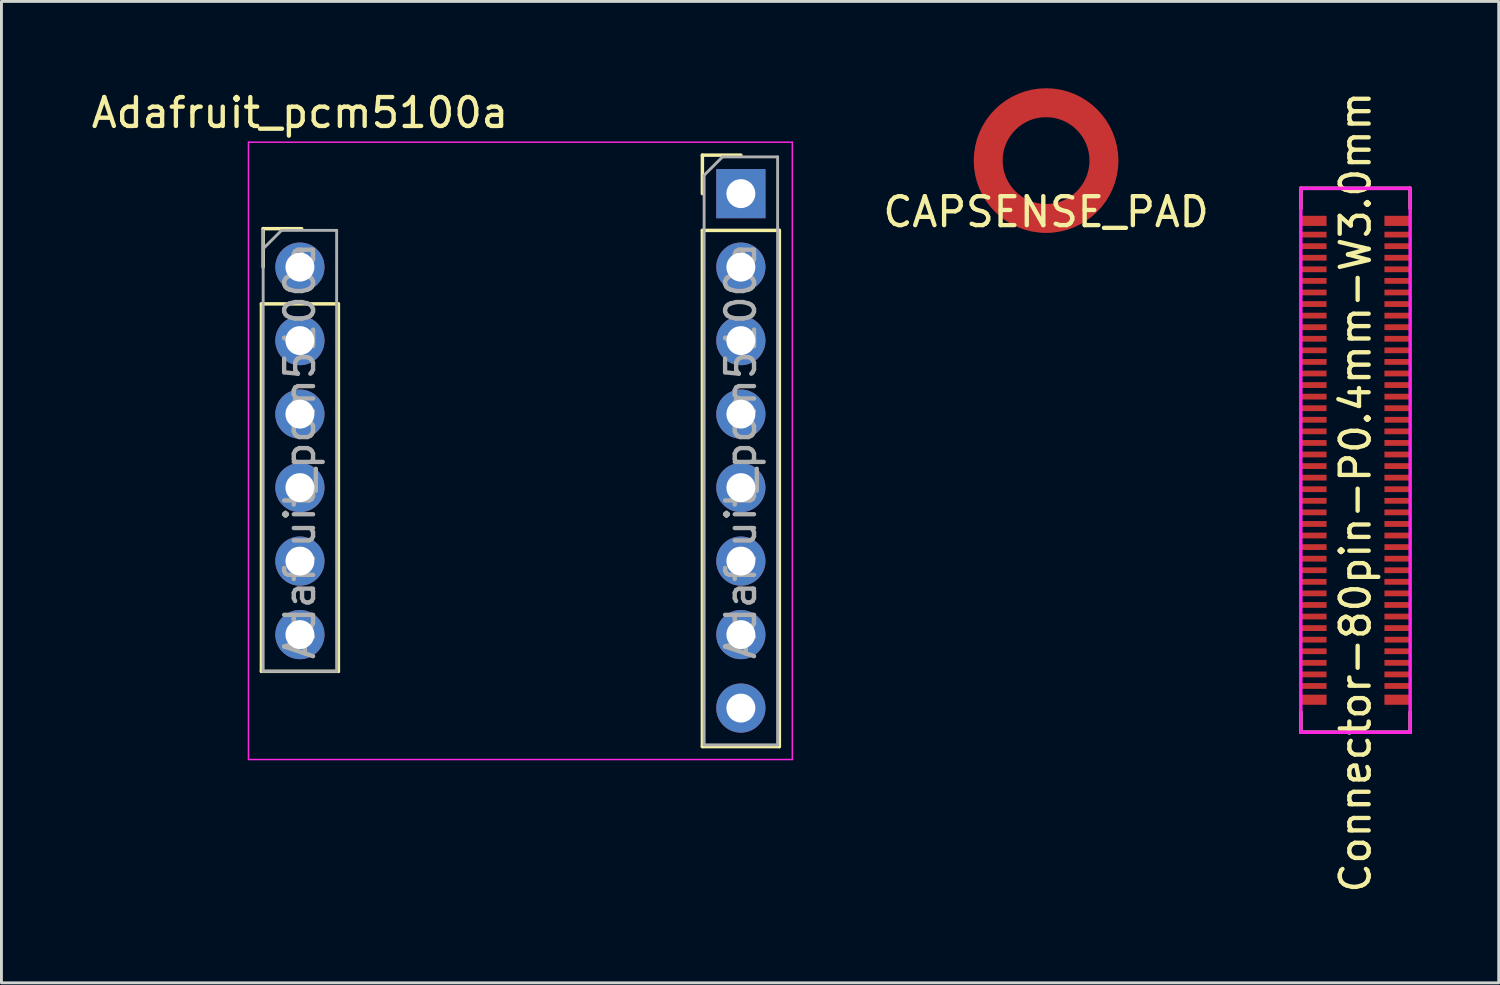
<source format=kicad_pcb>
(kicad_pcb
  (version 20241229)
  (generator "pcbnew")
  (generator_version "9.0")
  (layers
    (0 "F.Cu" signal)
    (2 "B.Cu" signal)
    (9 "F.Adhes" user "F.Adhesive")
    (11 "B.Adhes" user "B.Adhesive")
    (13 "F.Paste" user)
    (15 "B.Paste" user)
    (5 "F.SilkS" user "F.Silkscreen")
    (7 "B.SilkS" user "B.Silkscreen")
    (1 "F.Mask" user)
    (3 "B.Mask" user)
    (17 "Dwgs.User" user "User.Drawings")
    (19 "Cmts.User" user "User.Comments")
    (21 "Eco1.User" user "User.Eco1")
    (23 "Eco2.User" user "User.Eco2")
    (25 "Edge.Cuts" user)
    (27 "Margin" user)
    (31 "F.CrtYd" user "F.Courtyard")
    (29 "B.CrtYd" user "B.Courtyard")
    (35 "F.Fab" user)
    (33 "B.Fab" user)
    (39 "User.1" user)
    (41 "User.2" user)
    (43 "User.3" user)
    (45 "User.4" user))
  (footprint "CAPSENSE_PAD"
    (layer "F.Cu")
    (at 33.103 2.5)
    (property "Reference" "CAPSENSE_PAD" (at 0 1.775 0) (layer "F.SilkS") (effects (font (size 1 1) (thickness 0.15))))
    (attr smd)
    (fp_circle (center 0 0) (end 0 -2) (stroke (width 1) (type default)) (fill no) (layer "F.Cu"))
    (fp_circle (center 0 0) (end 1.5 0) (stroke (width 0.1) (type solid)) (fill yes) (layer "F.Mask"))
    (fp_circle (center 0 0) (end 1.5 0) (stroke (width 0.1) (type solid)) (fill yes) (layer "B.Mask")))
  (footprint "Connector-80pin-P0.4mm-W3.0mm"
    (layer "F.Cu")
    (at 43.797 12.858)
    (property "Reference" "Connector-80pin-P0.4mm-W3.0mm" (at 0 1.1 270) (layer "F.SilkS") (effects (font (size 1 1) (thickness 0.15))))
    (attr smd)
    (fp_line (start -1.89 -9.4) (end 1.89 -9.4) (stroke (width 0.12) (type solid)) (layer "F.SilkS"))
    (fp_line (start -1.89 -8.7) (end -1.89 -9.4) (stroke (width 0.12) (type solid)) (layer "F.SilkS"))
    (fp_line (start -1.89 9.4) (end -1.89 8.7) (stroke (width 0.12) (type solid)) (layer "F.SilkS"))
    (fp_line (start -1.89 9.4) (end 1.89 9.4) (stroke (width 0.12) (type solid)) (layer "F.SilkS"))
    (fp_line (start 1.89 -8.7) (end 1.89 -9.4) (stroke (width 0.12) (type solid)) (layer "F.SilkS"))
    (fp_line (start 1.89 9.4) (end 1.89 8.7) (stroke (width 0.12) (type solid)) (layer "F.SilkS"))
    (fp_line (start -1.89 -9.4) (end 1.89 -9.4) (stroke (width 0.12) (type solid)) (layer "F.CrtYd"))
    (fp_line (start -1.89 9.4) (end -1.89 -9.4) (stroke (width 0.12) (type solid)) (layer "F.CrtYd"))
    (fp_line (start 1.89 -9.4) (end 1.89 9.4) (stroke (width 0.12) (type solid)) (layer "F.CrtYd"))
    (fp_line (start 1.89 9.4) (end -1.89 9.4) (stroke (width 0.12) (type solid)) (layer "F.CrtYd"))
    (pad "1" smd rect (at -1.445 -7.8 270) (size 0.2 0.89) (layers "F.Cu" "F.Mask" "F.Paste"))
    (pad "2" smd rect (at 1.445 -7.8 270) (size 0.2 0.89) (layers "F.Cu" "F.Mask" "F.Paste"))
    (pad "3" smd rect (at -1.445 -7.4 270) (size 0.2 0.89) (layers "F.Cu" "F.Mask" "F.Paste"))
    (pad "4" smd rect (at 1.445 -7.4 270) (size 0.2 0.89) (layers "F.Cu" "F.Mask" "F.Paste"))
    (pad "5" smd rect (at -1.445 -7 270) (size 0.2 0.89) (layers "F.Cu" "F.Mask" "F.Paste"))
    (pad "6" smd rect (at 1.445 -7 270) (size 0.2 0.89) (layers "F.Cu" "F.Mask" "F.Paste"))
    (pad "7" smd rect (at -1.445 -6.6 270) (size 0.2 0.89) (layers "F.Cu" "F.Mask" "F.Paste"))
    (pad "8" smd rect (at 1.445 -6.6 270) (size 0.2 0.89) (layers "F.Cu" "F.Mask" "F.Paste"))
    (pad "9" smd rect (at -1.445 -6.2 270) (size 0.2 0.89) (layers "F.Cu" "F.Mask" "F.Paste"))
    (pad "10" smd rect (at 1.445 -6.2 270) (size 0.2 0.89) (layers "F.Cu" "F.Mask" "F.Paste"))
    (pad "11" smd rect (at -1.445 -5.8 270) (size 0.2 0.89) (layers "F.Cu" "F.Mask" "F.Paste"))
    (pad "12" smd rect (at 1.445 -5.8 270) (size 0.2 0.89) (layers "F.Cu" "F.Mask" "F.Paste"))
    (pad "13" smd rect (at -1.445 -5.4 270) (size 0.2 0.89) (layers "F.Cu" "F.Mask" "F.Paste"))
    (pad "14" smd rect (at 1.445 -5.4 270) (size 0.2 0.89) (layers "F.Cu" "F.Mask" "F.Paste"))
    (pad "15" smd rect (at -1.445 -5 270) (size 0.2 0.89) (layers "F.Cu" "F.Mask" "F.Paste"))
    (pad "16" smd rect (at 1.445 -5 270) (size 0.2 0.89) (layers "F.Cu" "F.Mask" "F.Paste"))
    (pad "17" smd rect (at -1.445 -4.6 270) (size 0.2 0.89) (layers "F.Cu" "F.Mask" "F.Paste"))
    (pad "18" smd rect (at 1.445 -4.6 270) (size 0.2 0.89) (layers "F.Cu" "F.Mask" "F.Paste"))
    (pad "19" smd rect (at -1.445 -4.2 270) (size 0.2 0.89) (layers "F.Cu" "F.Mask" "F.Paste"))
    (pad "20" smd rect (at 1.445 -4.2 270) (size 0.2 0.89) (layers "F.Cu" "F.Mask" "F.Paste"))
    (pad "21" smd rect (at -1.445 -3.8 270) (size 0.2 0.89) (layers "F.Cu" "F.Mask" "F.Paste"))
    (pad "22" smd rect (at 1.445 -3.8 270) (size 0.2 0.89) (layers "F.Cu" "F.Mask" "F.Paste"))
    (pad "23" smd rect (at -1.445 -3.4 270) (size 0.2 0.89) (layers "F.Cu" "F.Mask" "F.Paste"))
    (pad "24" smd rect (at 1.445 -3.4 270) (size 0.2 0.89) (layers "F.Cu" "F.Mask" "F.Paste"))
    (pad "25" smd rect (at -1.445 -3 270) (size 0.2 0.89) (layers "F.Cu" "F.Mask" "F.Paste"))
    (pad "26" smd rect (at 1.445 -3 270) (size 0.2 0.89) (layers "F.Cu" "F.Mask" "F.Paste"))
    (pad "27" smd rect (at -1.445 -2.6 270) (size 0.2 0.89) (layers "F.Cu" "F.Mask" "F.Paste"))
    (pad "28" smd rect (at 1.445 -2.6 270) (size 0.2 0.89) (layers "F.Cu" "F.Mask" "F.Paste"))
    (pad "29" smd rect (at -1.445 -2.2 270) (size 0.2 0.89) (layers "F.Cu" "F.Mask" "F.Paste"))
    (pad "30" smd rect (at 1.445 -2.2 270) (size 0.2 0.89) (layers "F.Cu" "F.Mask" "F.Paste"))
    (pad "31" smd rect (at -1.445 -1.8 270) (size 0.2 0.89) (layers "F.Cu" "F.Mask" "F.Paste"))
    (pad "32" smd rect (at 1.445 -1.8 270) (size 0.2 0.89) (layers "F.Cu" "F.Mask" "F.Paste"))
    (pad "33" smd rect (at -1.445 -1.4 270) (size 0.2 0.89) (layers "F.Cu" "F.Mask" "F.Paste"))
    (pad "34" smd rect (at 1.445 -1.4 270) (size 0.2 0.89) (layers "F.Cu" "F.Mask" "F.Paste"))
    (pad "35" smd rect (at -1.445 -1 270) (size 0.2 0.89) (layers "F.Cu" "F.Mask" "F.Paste"))
    (pad "36" smd rect (at 1.445 -1 270) (size 0.2 0.89) (layers "F.Cu" "F.Mask" "F.Paste"))
    (pad "37" smd rect (at -1.445 -0.6 270) (size 0.2 0.89) (layers "F.Cu" "F.Mask" "F.Paste"))
    (pad "38" smd rect (at 1.445 -0.6 270) (size 0.2 0.89) (layers "F.Cu" "F.Mask" "F.Paste"))
    (pad "39" smd rect (at -1.445 -0.2 270) (size 0.2 0.89) (layers "F.Cu" "F.Mask" "F.Paste"))
    (pad "40" smd rect (at 1.445 -0.2 270) (size 0.2 0.89) (layers "F.Cu" "F.Mask" "F.Paste"))
    (pad "41" smd rect (at -1.445 0.2 270) (size 0.2 0.89) (layers "F.Cu" "F.Mask" "F.Paste"))
    (pad "42" smd rect (at 1.445 0.2 270) (size 0.2 0.89) (layers "F.Cu" "F.Mask" "F.Paste"))
    (pad "43" smd rect (at -1.445 0.6 270) (size 0.2 0.89) (layers "F.Cu" "F.Mask" "F.Paste"))
    (pad "44" smd rect (at 1.445 0.6 270) (size 0.2 0.89) (layers "F.Cu" "F.Mask" "F.Paste"))
    (pad "45" smd rect (at -1.445 1 270) (size 0.2 0.89) (layers "F.Cu" "F.Mask" "F.Paste"))
    (pad "46" smd rect (at 1.445 1 270) (size 0.2 0.89) (layers "F.Cu" "F.Mask" "F.Paste"))
    (pad "47" smd rect (at -1.445 1.4 270) (size 0.2 0.89) (layers "F.Cu" "F.Mask" "F.Paste"))
    (pad "48" smd rect (at 1.445 1.4 270) (size 0.2 0.89) (layers "F.Cu" "F.Mask" "F.Paste"))
    (pad "49" smd rect (at -1.445 1.8 270) (size 0.2 0.89) (layers "F.Cu" "F.Mask" "F.Paste"))
    (pad "50" smd rect (at 1.445 1.8 270) (size 0.2 0.89) (layers "F.Cu" "F.Mask" "F.Paste"))
    (pad "51" smd rect (at -1.445 2.2 270) (size 0.2 0.89) (layers "F.Cu" "F.Mask" "F.Paste"))
    (pad "52" smd rect (at 1.445 2.2 270) (size 0.2 0.89) (layers "F.Cu" "F.Mask" "F.Paste"))
    (pad "53" smd rect (at -1.445 2.6 270) (size 0.2 0.89) (layers "F.Cu" "F.Mask" "F.Paste"))
    (pad "54" smd rect (at 1.445 2.6 270) (size 0.2 0.89) (layers "F.Cu" "F.Mask" "F.Paste"))
    (pad "55" smd rect (at -1.445 3 270) (size 0.2 0.89) (layers "F.Cu" "F.Mask" "F.Paste"))
    (pad "56" smd rect (at 1.445 3 270) (size 0.2 0.89) (layers "F.Cu" "F.Mask" "F.Paste"))
    (pad "57" smd rect (at -1.445 3.4 270) (size 0.2 0.89) (layers "F.Cu" "F.Mask" "F.Paste"))
    (pad "58" smd rect (at 1.445 3.4 270) (size 0.2 0.89) (layers "F.Cu" "F.Mask" "F.Paste"))
    (pad "59" smd rect (at -1.445 3.8 270) (size 0.2 0.89) (layers "F.Cu" "F.Mask" "F.Paste"))
    (pad "60" smd rect (at 1.445 3.8 270) (size 0.2 0.89) (layers "F.Cu" "F.Mask" "F.Paste"))
    (pad "61" smd rect (at -1.445 4.2 270) (size 0.2 0.89) (layers "F.Cu" "F.Mask" "F.Paste"))
    (pad "62" smd rect (at 1.445 4.2 270) (size 0.2 0.89) (layers "F.Cu" "F.Mask" "F.Paste"))
    (pad "63" smd rect (at -1.445 4.6 270) (size 0.2 0.89) (layers "F.Cu" "F.Mask" "F.Paste"))
    (pad "64" smd rect (at 1.445 4.6 270) (size 0.2 0.89) (layers "F.Cu" "F.Mask" "F.Paste"))
    (pad "65" smd rect (at -1.445 5 270) (size 0.2 0.89) (layers "F.Cu" "F.Mask" "F.Paste"))
    (pad "66" smd rect (at 1.445 5 270) (size 0.2 0.89) (layers "F.Cu" "F.Mask" "F.Paste"))
    (pad "67" smd rect (at -1.445 5.4 270) (size 0.2 0.89) (layers "F.Cu" "F.Mask" "F.Paste"))
    (pad "68" smd rect (at 1.445 5.4 270) (size 0.2 0.89) (layers "F.Cu" "F.Mask" "F.Paste"))
    (pad "69" smd rect (at -1.445 5.8 270) (size 0.2 0.89) (layers "F.Cu" "F.Mask" "F.Paste"))
    (pad "70" smd rect (at 1.445 5.8 270) (size 0.2 0.89) (layers "F.Cu" "F.Mask" "F.Paste"))
    (pad "71" smd rect (at -1.445 6.2 270) (size 0.2 0.89) (layers "F.Cu" "F.Mask" "F.Paste"))
    (pad "72" smd rect (at 1.445 6.2 270) (size 0.2 0.89) (layers "F.Cu" "F.Mask" "F.Paste"))
    (pad "73" smd rect (at -1.445 6.6 270) (size 0.2 0.89) (layers "F.Cu" "F.Mask" "F.Paste"))
    (pad "74" smd rect (at 1.445 6.6 270) (size 0.2 0.89) (layers "F.Cu" "F.Mask" "F.Paste"))
    (pad "75" smd rect (at -1.445 7 270) (size 0.2 0.89) (layers "F.Cu" "F.Mask" "F.Paste"))
    (pad "76" smd rect (at 1.445 7 270) (size 0.2 0.89) (layers "F.Cu" "F.Mask" "F.Paste"))
    (pad "77" smd rect (at -1.445 7.4 270) (size 0.2 0.89) (layers "F.Cu" "F.Mask" "F.Paste"))
    (pad "78" smd rect (at 1.445 7.4 270) (size 0.2 0.89) (layers "F.Cu" "F.Mask" "F.Paste"))
    (pad "79" smd rect (at -1.445 7.8 270) (size 0.2 0.89) (layers "F.Cu" "F.Mask" "F.Paste"))
    (pad "80" smd rect (at 1.445 7.8 270) (size 0.2 0.89) (layers "F.Cu" "F.Mask" "F.Paste"))
    (pad "NC" smd rect (at -1.445 -8.275 270) (size 0.35 0.89) (layers "F.Cu" "F.Mask" "F.Paste"))
    (pad "NC" smd rect (at -1.445 8.275 270) (size 0.35 0.89) (layers "F.Cu" "F.Mask" "F.Paste"))
    (pad "NC" smd rect (at 1.445 -8.275 270) (size 0.35 0.89) (layers "F.Cu" "F.Mask" "F.Paste"))
    (pad "NC" smd rect (at 1.445 8.275 270) (size 0.35 0.89) (layers "F.Cu" "F.Mask" "F.Paste")))
  (footprint "Adafruit_pcm5100a"
    (layer "F.Cu")
    (at 7.315 3.642)
    (property "Reference" "Adafruit_pcm5100a" (at 0 -2.794 0) (layer "F.SilkS") (effects (font (size 1 1) (thickness 0.15))))
    (attr through_hole)
    (fp_line (start -1.33 3.81) (end -1.33 16.51) (stroke (width 0.12) (type solid)) (layer "F.SilkS"))
    (fp_line (start -1.33 3.81) (end 1.33 3.81) (stroke (width 0.12) (type solid)) (layer "F.SilkS"))
    (fp_line (start -1.33 16.51) (end 1.33 16.51) (stroke (width 0.12) (type solid)) (layer "F.SilkS"))
    (fp_line (start -1.27 1.21) (end 0.06 1.21) (stroke (width 0.12) (type solid)) (layer "F.SilkS"))
    (fp_line (start -1.27 2.54) (end -1.27 1.21) (stroke (width 0.12) (type solid)) (layer "F.SilkS"))
    (fp_line (start 1.33 3.81) (end 1.33 16.51) (stroke (width 0.12) (type solid)) (layer "F.SilkS"))
    (fp_line (start 13.91 -1.33) (end 15.24 -1.33) (stroke (width 0.12) (type solid)) (layer "F.SilkS"))
    (fp_line (start 13.91 0) (end 13.91 -1.33) (stroke (width 0.12) (type solid)) (layer "F.SilkS"))
    (fp_line (start 13.91 1.27) (end 13.91 19.11) (stroke (width 0.12) (type solid)) (layer "F.SilkS"))
    (fp_line (start 13.91 1.27) (end 16.57 1.27) (stroke (width 0.12) (type solid)) (layer "F.SilkS"))
    (fp_line (start 13.91 19.11) (end 16.57 19.11) (stroke (width 0.12) (type solid)) (layer "F.SilkS"))
    (fp_line (start 16.57 1.27) (end 16.57 19.11) (stroke (width 0.12) (type solid)) (layer "F.SilkS"))
    (fp_line (start -1.778 -1.778) (end -1.778 19.558) (stroke (width 0.05) (type solid)) (layer "F.CrtYd"))
    (fp_line (start -1.778 19.558) (end 17.018 19.558) (stroke (width 0.05) (type solid)) (layer "F.CrtYd"))
    (fp_line (start 17.018 -1.778) (end -1.778 -1.778) (stroke (width 0.05) (type solid)) (layer "F.CrtYd"))
    (fp_line (start 17.018 19.558) (end 17.018 -1.778) (stroke (width 0.05) (type solid)) (layer "F.CrtYd"))
    (fp_line (start -1.27 1.905) (end -0.635 1.27) (stroke (width 0.1) (type solid)) (layer "F.Fab"))
    (fp_line (start -1.27 16.51) (end -1.27 1.27) (stroke (width 0.1) (type solid)) (layer "F.Fab"))
    (fp_line (start -0.635 1.27) (end 1.27 1.27) (stroke (width 0.1) (type solid)) (layer "F.Fab"))
    (fp_line (start 1.27 1.27) (end 1.27 16.51) (stroke (width 0.1) (type solid)) (layer "F.Fab"))
    (fp_line (start 1.27 16.51) (end -1.27 16.51) (stroke (width 0.1) (type solid)) (layer "F.Fab"))
    (fp_line (start 13.97 -0.635) (end 14.605 -1.27) (stroke (width 0.1) (type solid)) (layer "F.Fab"))
    (fp_line (start 13.97 19.05) (end 13.97 -0.635) (stroke (width 0.1) (type solid)) (layer "F.Fab"))
    (fp_line (start 14.605 -1.27) (end 16.51 -1.27) (stroke (width 0.1) (type solid)) (layer "F.Fab"))
    (fp_line (start 16.51 -1.27) (end 16.51 19.05) (stroke (width 0.1) (type solid)) (layer "F.Fab"))
    (fp_line (start 16.51 19.05) (end 13.97 19.05) (stroke (width 0.1) (type solid)) (layer "F.Fab"))
    (fp_text user "${REFERENCE}" (at 0 8.89 90) (layer "F.Fab") (effects (font (size 1 1) (thickness 0.15))))
    (fp_text user "${REFERENCE}" (at 15.24 8.89 90) (layer "F.Fab") (effects (font (size 1 1) (thickness 0.15))))
    (pad "1" thru_hole oval (at 15.24 17.78) (size 1.7 1.7) (drill 1) (layers "*.Cu" "*.Mask"))
    (pad "2" thru_hole oval (at 15.24 15.24) (size 1.7 1.7) (drill 1) (layers "*.Cu" "*.Mask"))
    (pad "3" thru_hole oval (at 15.24 12.7) (size 1.7 1.7) (drill 1) (layers "*.Cu" "*.Mask"))
    (pad "4" thru_hole oval (at 15.24 10.16) (size 1.7 1.7) (drill 1) (layers "*.Cu" "*.Mask"))
    (pad "5" thru_hole oval (at 15.24 7.62) (size 1.7 1.7) (drill 1) (layers "*.Cu" "*.Mask"))
    (pad "6" thru_hole oval (at 15.24 5.08) (size 1.7 1.7) (drill 1) (layers "*.Cu" "*.Mask"))
    (pad "7" thru_hole oval (at 15.24 2.54) (size 1.7 1.7) (drill 1) (layers "*.Cu" "*.Mask"))
    (pad "8" thru_hole rect (at 15.24 0) (size 1.7 1.7) (drill 1) (layers "*.Cu" "*.Mask"))
    (pad "9" thru_hole oval (at 0 15.24) (size 1.7 1.7) (drill 1) (layers "*.Cu" "*.Mask"))
    (pad "10" thru_hole oval (at 0 12.7) (size 1.7 1.7) (drill 1) (layers "*.Cu" "*.Mask"))
    (pad "11" thru_hole oval (at 0 10.16) (size 1.7 1.7) (drill 1) (layers "*.Cu" "*.Mask"))
    (pad "12" thru_hole oval (at 0 7.62) (size 1.7 1.7) (drill 1) (layers "*.Cu" "*.Mask"))
    (pad "13" thru_hole oval (at 0 5.08) (size 1.7 1.7) (drill 1) (layers "*.Cu" "*.Mask"))
    (pad "14" thru_hole oval (at 0 2.54) (size 1.7 1.7) (drill 1) (layers "*.Cu" "*.Mask")))
  (gr_rect
    (start -3 -3)
    (end 48.747 30.917)
    (stroke (width 0.1) (type default))
    (fill no)
    (layer "Edge.Cuts")))
</source>
